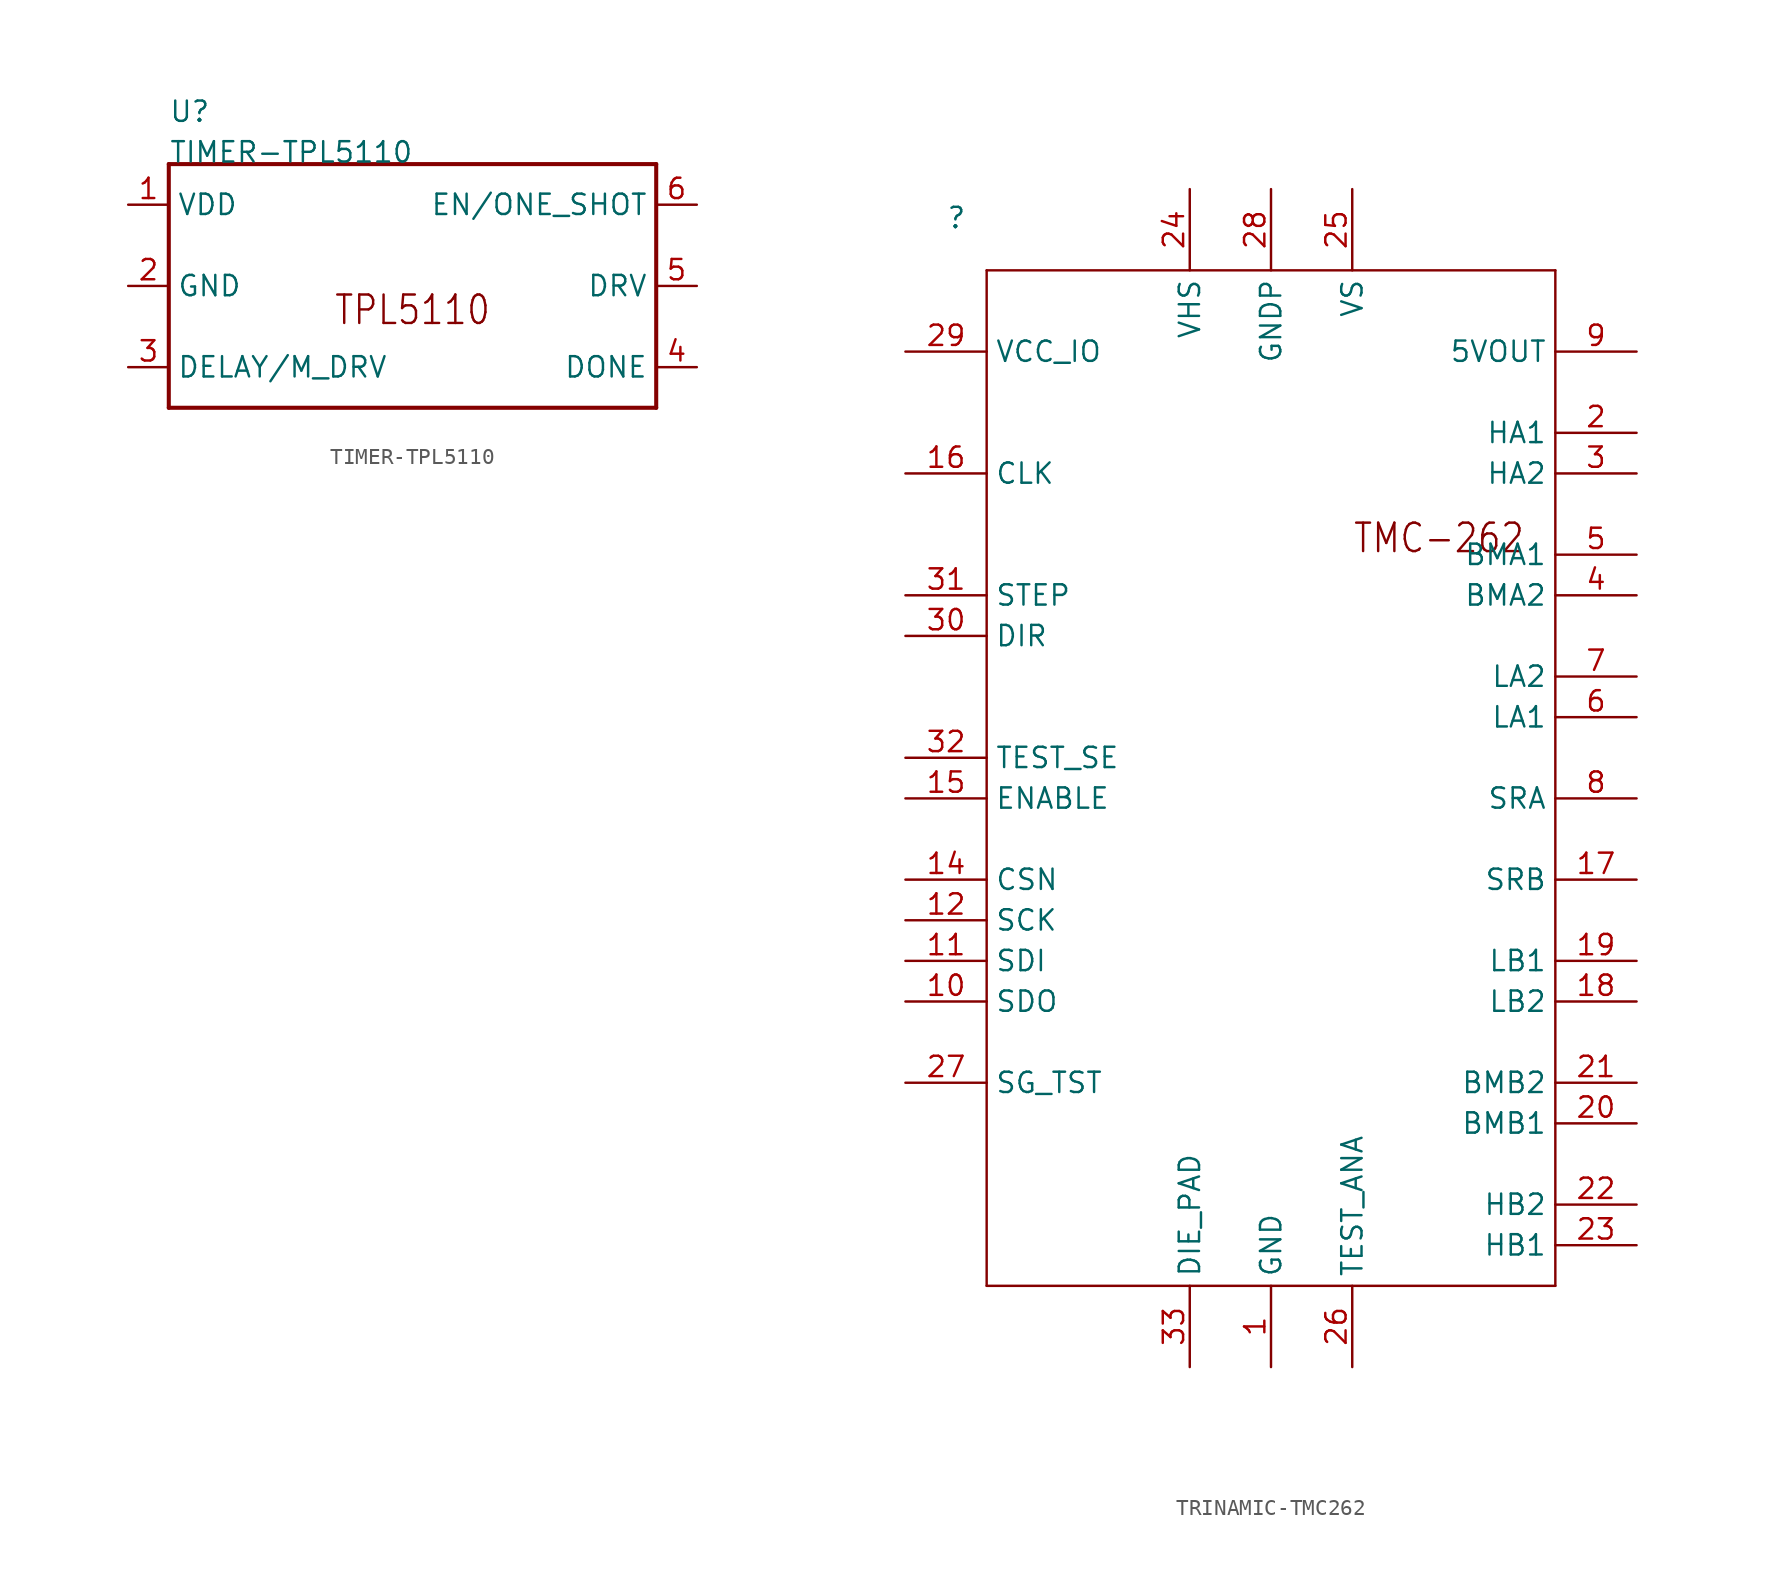
<source format=kicad_sym>
(kicad_symbol_lib
  (version 20211014)
  (generator kicad_symbol_editor)
  (symbol "TIMER-TPL5110"
    (pin_names)
    (property "Reference" "U"
      (at -15.24 10.16 0)
      (effects (font (size 1.27 1.27)) (justify left bottom)))
    (property "Value" "TIMER-TPL5110"
      (at -15.24 7.62 0)
      (effects (font (size 1.27 1.27)) (justify left bottom)))
    (property "Datasheet" ""
      (at 0 0 0))
    (property "ki_description" "TPL5110  - IC OSC PROG TIMER TSOT23-6  Technical Specifications:    Programmable Timer IC SOT-23-THIN   Supply Voltage\" 1.8V~5.5V   Current Consumption @ 2.5V: 35nA   Timer Accuracy: 1%   Selectable Timer Intervals: 100ms to 7200s       Component Search:  TPL5110   Datasheet:  TPL5110 Nano-Power System Timer for Power Gating datasheet (Rev. A)  "
      (at 0 0 0))
    (property "ki_fp_filters" "FlashPCB_ICs:SOT-23-6 FlashPCB_ICs:SOT-23-6_NOSILK"
      (at 0 0 0))
    (symbol "TIMER-TPL5110_1_1"
      (text "TPL5110" (at 0 -2.54 0) (effects (font (size 1.778 1.52)) (justify bottom)))
      (polyline (pts (xy -15.24 7.62) (xy 15.24 7.62)) (stroke (width 0.254)) (fill (type none)))
      (polyline (pts (xy 15.24 7.62) (xy 15.24 -7.62)) (stroke (width 0.254)) (fill (type none)))
      (polyline (pts (xy 15.24 -7.62) (xy -15.24 -7.62)) (stroke (width 0.254)) (fill (type none)))
      (polyline (pts (xy -15.24 -7.62) (xy -15.24 7.62)) (stroke (width 0.254)) (fill (type none)))
      (pin bidirectional line (at -17.78 5.08 0) (length 2.54) (name "VDD" (effects (font (size 1.27 1.27)))) (number "1" (effects (font (size 1.27 1.27)))))
      (pin bidirectional line (at -17.78 0 0) (length 2.54) (name "GND" (effects (font (size 1.27 1.27)))) (number "2" (effects (font (size 1.27 1.27)))))
      (pin bidirectional line (at -17.78 -5.08 0) (length 2.54) (name "DELAY/M_DRV" (effects (font (size 1.27 1.27)))) (number "3" (effects (font (size 1.27 1.27)))))
      (pin bidirectional line (at 17.78 -5.08 180) (length 2.54) (name "DONE" (effects (font (size 1.27 1.27)))) (number "4" (effects (font (size 1.27 1.27)))))
      (pin bidirectional line (at 17.78 0 180) (length 2.54) (name "DRV" (effects (font (size 1.27 1.27)))) (number "5" (effects (font (size 1.27 1.27)))))
      (pin bidirectional line (at 17.78 5.08 180) (length 2.54) (name "EN/ONE_SHOT" (effects (font (size 1.27 1.27)))) (number "6" (effects (font (size 1.27 1.27)))))))
  (symbol "TRINAMIC-TMC262"
    (pin_names)
    (property "Reference" ""
      (at -20.32 35.56 0)
      (effects (font (size 1.27 1.27)) (justify left bottom)))
    (property "Datasheet" ""
      (at 0 0 0))
    (property "ki_description" "The TMC262 driver for two-phase stepper motors offers an industry-leading feature set, including high-resolution microstepping, sensorless mechanical load measurement, load-adaptive power optimization, and low-resonance chopper operation. Standard SPIÃƒÆ’Ã†â€™Ãƒâ€ Ã¢â‚¬â„¢ÃƒÆ’Ã¢â‚¬Â ÃƒÂ¢Ã¢â€šÂ¬Ã¢â€žÂ¢ÃƒÆ’Ã†â€™ÃƒÂ¢Ã¢â€šÂ¬Ã‚Â ÃƒÆ’Ã‚Â¢ÃƒÂ¢Ã¢â‚¬Å¡Ã‚Â¬ÃƒÂ¢Ã¢â‚¬Å¾Ã‚Â¢ÃƒÆ’Ã†â€™Ãƒâ€ Ã¢â‚¬â„¢ÃƒÆ’Ã‚Â¢ÃƒÂ¢Ã¢â‚¬Å¡Ã‚Â¬Ãƒâ€šÃ‚Â ÃƒÆ’Ã†â€™Ãƒâ€šÃ‚Â¢ÃƒÆ’Ã‚Â¢ÃƒÂ¢Ã¢â€šÂ¬Ã…Â¡Ãƒâ€šÃ‚Â¬ÃƒÆ’Ã‚Â¢ÃƒÂ¢Ã¢â€šÂ¬Ã…Â¾Ãƒâ€šÃ‚Â¢ÃƒÆ’Ã†â€™Ãƒâ€ Ã¢â‚¬â„¢ÃƒÆ’Ã¢â‚¬Â ÃƒÂ¢Ã¢â€šÂ¬Ã¢â€žÂ¢ÃƒÆ’Ã†â€™Ãƒâ€šÃ‚Â¢ÃƒÆ’Ã‚Â¢ÃƒÂ¢Ã¢â€šÂ¬Ã…Â¡Ãƒâ€šÃ‚Â¬ÃƒÆ’Ã¢â‚¬Â¦Ãƒâ€šÃ‚Â¡ÃƒÆ’Ã†â€™Ãƒâ€ Ã¢â‚¬â„¢ÃƒÆ’Ã‚Â¢ÃƒÂ¢Ã¢â‚¬Å¡Ã‚Â¬Ãƒâ€¦Ã‚Â¡ÃƒÆ’Ã†â€™ÃƒÂ¢Ã¢â€šÂ¬Ã…Â¡ÃƒÆ’Ã¢â‚¬Å¡Ãƒâ€šÃ‚Â¢ÃƒÆ’Ã†â€™Ãƒâ€ Ã¢â‚¬â„¢ÃƒÆ’Ã¢â‚¬Â ÃƒÂ¢Ã¢â€šÂ¬Ã¢â€žÂ¢ÃƒÆ’Ã†â€™ÃƒÂ¢Ã¢â€šÂ¬Ã‚Â ÃƒÆ’Ã‚Â¢ÃƒÂ¢Ã¢â‚¬Å¡Ã‚Â¬ÃƒÂ¢Ã¢â‚¬Å¾Ã‚Â¢ÃƒÆ’Ã†â€™Ãƒâ€ Ã¢â‚¬â„¢ÃƒÆ’Ã‚Â¢ÃƒÂ¢Ã¢â‚¬Å¡Ã‚Â¬Ãƒâ€¦Ã‚Â¡ÃƒÆ’Ã†â€™ÃƒÂ¢Ã¢â€šÂ¬Ã…Â¡ÃƒÆ’Ã¢â‚¬Å¡Ãƒâ€šÃ‚Â¢ÃƒÆ’Ã†â€™Ãƒâ€ Ã¢â‚¬â„¢ÃƒÆ’Ã¢â‚¬Â ÃƒÂ¢Ã¢â€šÂ¬Ã¢â€žÂ¢ÃƒÆ’Ã†â€™ÃƒÂ¢Ã¢â€šÂ¬Ã…Â¡ÃƒÆ’Ã¢â‚¬Å¡Ãƒâ€šÃ‚Â¢ÃƒÆ’Ã†â€™Ãƒâ€ Ã¢â‚¬â„¢ÃƒÆ’Ã¢â‚¬Å¡Ãƒâ€šÃ‚Â¢ÃƒÆ’Ã†â€™Ãƒâ€šÃ‚Â¢ÃƒÆ’Ã‚Â¢ÃƒÂ¢Ã¢â‚¬Å¡Ã‚Â¬Ãƒâ€¦Ã‚Â¡ÃƒÆ’Ã¢â‚¬Å¡Ãƒâ€šÃ‚Â¬ÃƒÆ’Ã†â€™ÃƒÂ¢Ã¢â€šÂ¬Ã‚Â¦ÃƒÆ’Ã¢â‚¬Å¡Ãƒâ€šÃ‚Â¡ÃƒÆ’Ã†â€™Ãƒâ€ Ã¢â‚¬â„¢ÃƒÆ’Ã‚Â¢ÃƒÂ¢Ã¢â‚¬Å¡Ã‚Â¬Ãƒâ€¦Ã‚Â¡ÃƒÆ’Ã†â€™ÃƒÂ¢Ã¢â€šÂ¬Ã…Â¡ÃƒÆ’Ã¢â‚¬Å¡Ãƒâ€šÃ‚Â¬ÃƒÆ’Ã†â€™Ãƒâ€ Ã¢â‚¬â„¢ÃƒÆ’Ã¢â‚¬Â ÃƒÂ¢Ã¢â€šÂ¬Ã¢â€žÂ¢ÃƒÆ’Ã†â€™Ãƒâ€šÃ‚Â¢ÃƒÆ’Ã‚Â¢ÃƒÂ¢Ã¢â€šÂ¬Ã…Â¡Ãƒâ€šÃ‚Â¬ÃƒÆ’Ã¢â‚¬Å¡Ãƒâ€šÃ‚Â¦ÃƒÆ’Ã†â€™Ãƒâ€ Ã¢â‚¬â„¢ÃƒÆ’Ã‚Â¢ÃƒÂ¢Ã¢â‚¬Å¡Ã‚Â¬Ãƒâ€¦Ã‚Â¡ÃƒÆ’Ã†â€™ÃƒÂ¢Ã¢â€šÂ¬Ã…Â¡ÃƒÆ’Ã¢â‚¬Å¡Ãƒâ€šÃ‚Â¾ÃƒÆ’Ã†â€™Ãƒâ€ Ã¢â‚¬â„¢ÃƒÆ’Ã¢â‚¬Â ÃƒÂ¢Ã¢â€šÂ¬Ã¢â€žÂ¢ÃƒÆ’Ã†â€™ÃƒÂ¢Ã¢â€šÂ¬Ã‚Â ÃƒÆ’Ã‚Â¢ÃƒÂ¢Ã¢â‚¬Å¡Ã‚Â¬ÃƒÂ¢Ã¢â‚¬Å¾Ã‚Â¢ÃƒÆ’Ã†â€™Ãƒâ€ Ã¢â‚¬â„¢ÃƒÆ’Ã¢â‚¬Å¡Ãƒâ€šÃ‚Â¢ÃƒÆ’Ã†â€™Ãƒâ€šÃ‚Â¢ÃƒÆ’Ã‚Â¢ÃƒÂ¢Ã¢â‚¬Å¡Ã‚Â¬Ãƒâ€¦Ã‚Â¡ÃƒÆ’Ã¢â‚¬Å¡Ãƒâ€šÃ‚Â¬ÃƒÆ’Ã†â€™ÃƒÂ¢Ã¢â€šÂ¬Ã‚Â¦ÃƒÆ’Ã¢â‚¬Å¡Ãƒâ€šÃ‚Â¡ÃƒÆ’Ã†â€™Ãƒâ€ Ã¢â‚¬â„¢ÃƒÆ’Ã¢â‚¬Â ÃƒÂ¢Ã¢â€šÂ¬Ã¢â€žÂ¢ÃƒÆ’Ã†â€™Ãƒâ€šÃ‚Â¢ÃƒÆ’Ã‚Â¢ÃƒÂ¢Ã¢â€šÂ¬Ã…Â¡Ãƒâ€šÃ‚Â¬ÃƒÆ’Ã¢â‚¬Â¦Ãƒâ€šÃ‚Â¡ÃƒÆ’Ã†â€™Ãƒâ€ Ã¢â‚¬â„¢ÃƒÆ’Ã‚Â¢ÃƒÂ¢Ã¢â‚¬Å¡Ã‚Â¬Ãƒâ€¦Ã‚Â¡ÃƒÆ’Ã†â€™ÃƒÂ¢Ã¢â€šÂ¬Ã…Â¡ÃƒÆ’Ã¢â‚¬Å¡Ãƒâ€šÃ‚Â¢ and STEP/DIR interfaces simplify communication. The TMC262 drives four external N- and Pchannel dual MOSFETs for motor currents up to 8A and up to 60V. Integrated protection and diagnostic features support robust and reliable operation. High integration, high energy efficiency and small form factor enable miniaturized designs with low external component count for cost-effective and highly competitive solutions. "
      (at 0 0 0))
    (property "ki_fp_filters" "FlashPCB_ICs:TRINAMIC-QFN32-5X5"
      (at 0 0 0))
    (symbol "TRINAMIC-TMC262_1_1"
      (text "TMC-262" (at 5.08 15.24 0) (effects (font (size 1.778 1.52)) (justify left bottom)))
      (polyline (pts (xy -17.78 33.02) (xy 17.78 33.02)) (stroke (width 0.152)) (fill (type none)))
      (polyline (pts (xy 17.78 33.02) (xy 17.78 -30.48)) (stroke (width 0.152)) (fill (type none)))
      (polyline (pts (xy 17.78 -30.48) (xy -17.78 -30.48)) (stroke (width 0.152)) (fill (type none)))
      (polyline (pts (xy -17.78 -30.48) (xy -17.78 33.02)) (stroke (width 0.152)) (fill (type none)))
      (pin bidirectional line (at 22.86 27.94 180) (length 5.08) (name "5VOUT" (effects (font (size 1.27 1.27)))) (number "9" (effects (font (size 1.27 1.27)))))
      (pin bidirectional line (at 22.86 15.24 180) (length 5.08) (name "BMA1" (effects (font (size 1.27 1.27)))) (number "5" (effects (font (size 1.27 1.27)))))
      (pin bidirectional line (at 22.86 12.7 180) (length 5.08) (name "BMA2" (effects (font (size 1.27 1.27)))) (number "4" (effects (font (size 1.27 1.27)))))
      (pin bidirectional line (at 22.86 -20.32 180) (length 5.08) (name "BMB1" (effects (font (size 1.27 1.27)))) (number "20" (effects (font (size 1.27 1.27)))))
      (pin bidirectional line (at 22.86 -17.78 180) (length 5.08) (name "BMB2" (effects (font (size 1.27 1.27)))) (number "21" (effects (font (size 1.27 1.27)))))
      (pin bidirectional line (at -22.86 20.32 0) (length 5.08) (name "CLK" (effects (font (size 1.27 1.27)))) (number "16" (effects (font (size 1.27 1.27)))))
      (pin bidirectional line (at -22.86 -5.08 0) (length 5.08) (name "CSN" (effects (font (size 1.27 1.27)))) (number "14" (effects (font (size 1.27 1.27)))))
      (pin bidirectional line (at -5.08 -35.56 90) (length 5.08) (name "DIE_PAD" (effects (font (size 1.27 1.27)))) (number "33" (effects (font (size 1.27 1.27)))))
      (pin bidirectional line (at -22.86 10.16 0) (length 5.08) (name "DIR" (effects (font (size 1.27 1.27)))) (number "30" (effects (font (size 1.27 1.27)))))
      (pin bidirectional line (at -22.86 0 0) (length 5.08) (name "ENABLE" (effects (font (size 1.27 1.27)))) (number "15" (effects (font (size 1.27 1.27)))))
      (pin bidirectional line (at 0 -35.56 90) (length 5.08) (name "GND" (effects (font (size 1.27 1.27)))) (number "1" (effects (font (size 1.27 1.27)))))
      (pin bidirectional line (at 0 -35.56 90) (length 5.08) hide (name "GND" (effects (font (size 1.27 1.27)))) (number "13" (effects (font (size 1.27 1.27)))))
      (pin bidirectional line (at 0 38.1 270) (length 5.08) (name "GNDP" (effects (font (size 1.27 1.27)))) (number "28" (effects (font (size 1.27 1.27)))))
      (pin bidirectional line (at 22.86 22.86 180) (length 5.08) (name "HA1" (effects (font (size 1.27 1.27)))) (number "2" (effects (font (size 1.27 1.27)))))
      (pin bidirectional line (at 22.86 20.32 180) (length 5.08) (name "HA2" (effects (font (size 1.27 1.27)))) (number "3" (effects (font (size 1.27 1.27)))))
      (pin bidirectional line (at 22.86 -27.94 180) (length 5.08) (name "HB1" (effects (font (size 1.27 1.27)))) (number "23" (effects (font (size 1.27 1.27)))))
      (pin bidirectional line (at 22.86 -25.4 180) (length 5.08) (name "HB2" (effects (font (size 1.27 1.27)))) (number "22" (effects (font (size 1.27 1.27)))))
      (pin bidirectional line (at 22.86 5.08 180) (length 5.08) (name "LA1" (effects (font (size 1.27 1.27)))) (number "6" (effects (font (size 1.27 1.27)))))
      (pin bidirectional line (at 22.86 7.62 180) (length 5.08) (name "LA2" (effects (font (size 1.27 1.27)))) (number "7" (effects (font (size 1.27 1.27)))))
      (pin bidirectional line (at 22.86 -10.16 180) (length 5.08) (name "LB1" (effects (font (size 1.27 1.27)))) (number "19" (effects (font (size 1.27 1.27)))))
      (pin bidirectional line (at 22.86 -12.7 180) (length 5.08) (name "LB2" (effects (font (size 1.27 1.27)))) (number "18" (effects (font (size 1.27 1.27)))))
      (pin bidirectional line (at -22.86 -7.62 0) (length 5.08) (name "SCK" (effects (font (size 1.27 1.27)))) (number "12" (effects (font (size 1.27 1.27)))))
      (pin bidirectional line (at -22.86 -10.16 0) (length 5.08) (name "SDI" (effects (font (size 1.27 1.27)))) (number "11" (effects (font (size 1.27 1.27)))))
      (pin bidirectional line (at -22.86 -12.7 0) (length 5.08) (name "SDO" (effects (font (size 1.27 1.27)))) (number "10" (effects (font (size 1.27 1.27)))))
      (pin bidirectional line (at -22.86 -17.78 0) (length 5.08) (name "SG_TST" (effects (font (size 1.27 1.27)))) (number "27" (effects (font (size 1.27 1.27)))))
      (pin bidirectional line (at 22.86 0 180) (length 5.08) (name "SRA" (effects (font (size 1.27 1.27)))) (number "8" (effects (font (size 1.27 1.27)))))
      (pin bidirectional line (at 22.86 -5.08 180) (length 5.08) (name "SRB" (effects (font (size 1.27 1.27)))) (number "17" (effects (font (size 1.27 1.27)))))
      (pin bidirectional line (at -22.86 12.7 0) (length 5.08) (name "STEP" (effects (font (size 1.27 1.27)))) (number "31" (effects (font (size 1.27 1.27)))))
      (pin bidirectional line (at 5.08 -35.56 90) (length 5.08) (name "TEST_ANA" (effects (font (size 1.27 1.27)))) (number "26" (effects (font (size 1.27 1.27)))))
      (pin bidirectional line (at -22.86 2.54 0) (length 5.08) (name "TEST_SE" (effects (font (size 1.27 1.27)))) (number "32" (effects (font (size 1.27 1.27)))))
      (pin bidirectional line (at -22.86 27.94 0) (length 5.08) (name "VCC_IO" (effects (font (size 1.27 1.27)))) (number "29" (effects (font (size 1.27 1.27)))))
      (pin bidirectional line (at -5.08 38.1 270) (length 5.08) (name "VHS" (effects (font (size 1.27 1.27)))) (number "24" (effects (font (size 1.27 1.27)))))
      (pin bidirectional line (at 5.08 38.1 270) (length 5.08) (name "VS" (effects (font (size 1.27 1.27)))) (number "25" (effects (font (size 1.27 1.27))))))))
</source>
